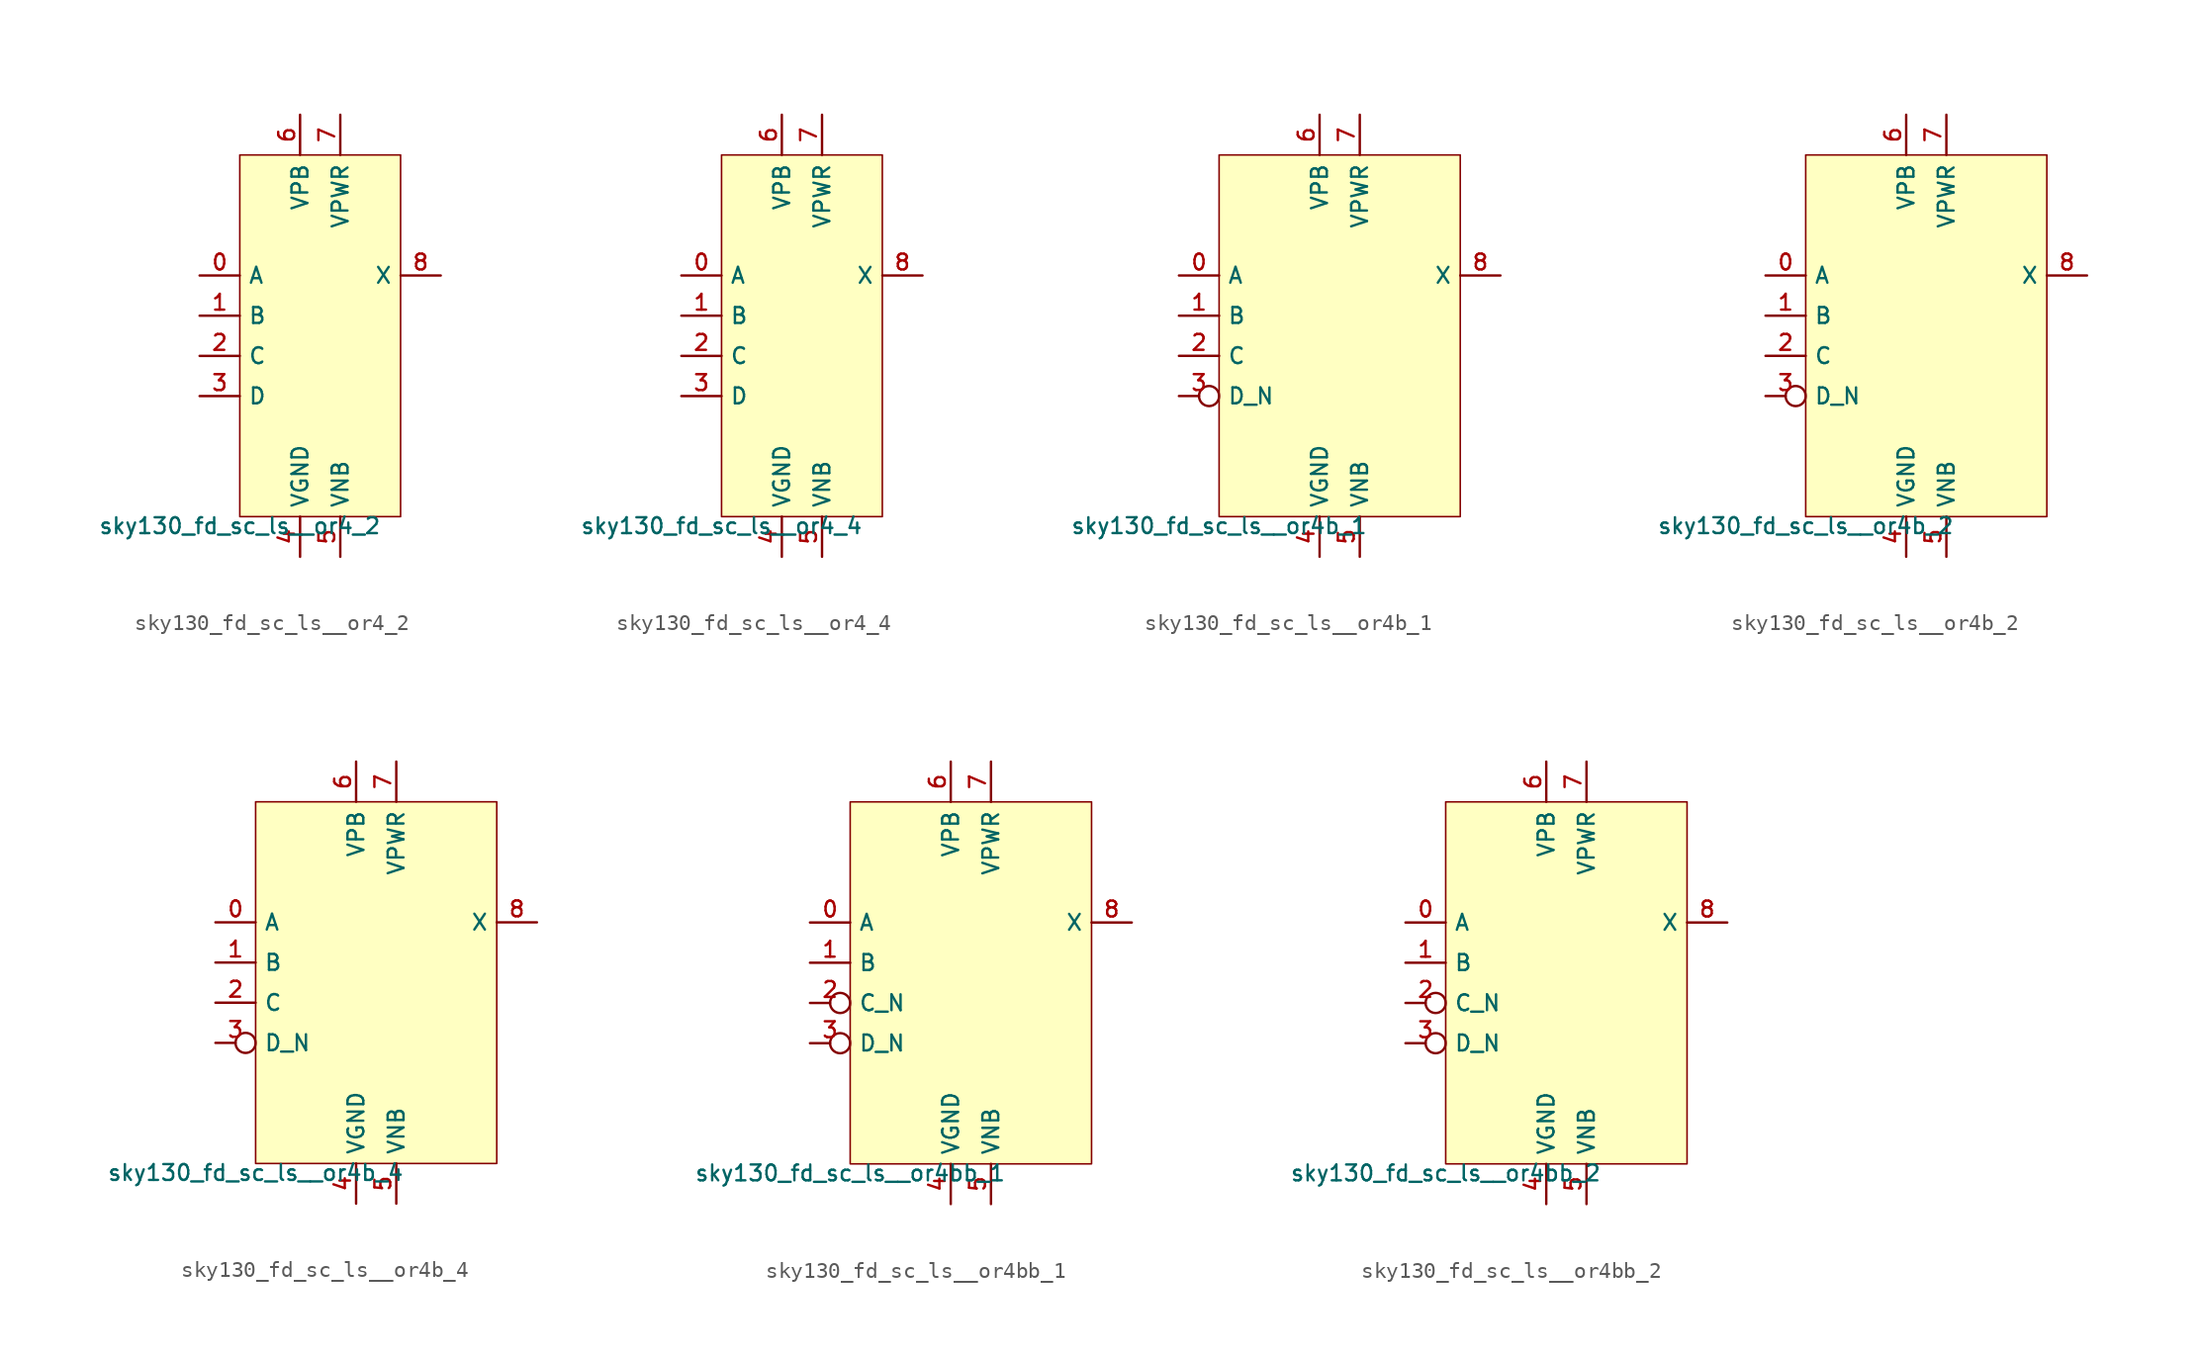
<source format=kicad_sym>
(kicad_symbol_lib
  (version 20211014)
  (generator lef2kicad_sym)
  (symbol "sky130_fd_sc_ls__or4_2"
    (property "Reference" "X"
      (at 0 0 0)
      (effects (font (size 1 1)) hide))
    (property "Value" "sky130_fd_sc_ls__or4_2"
      (at -5.08 -11.43 0)
      (effects (font (size 1 1)) (justify top)))
    (rectangle
      (start -5.08 -11.43)
      (end 5.08 11.43)
      (stroke (width 0.1) (type solid) (color 0 0 0 0))
      (fill (type background)))
    (pin input line
      (at -7.62 3.81 0)
      (length 2.54)
      (name "A" (effects (font (size 1 1)) hide))
      (number "0" (effects (font (size 1 1)) hide)))
    (pin input line
      (at -7.62 1.27 0)
      (length 2.54)
      (name "B" (effects (font (size 1 1)) hide))
      (number "1" (effects (font (size 1 1)) hide)))
    (pin input line
      (at -7.62 -1.27 0)
      (length 2.54)
      (name "C" (effects (font (size 1 1)) hide))
      (number "2" (effects (font (size 1 1)) hide)))
    (pin input line
      (at -7.62 -3.81 0)
      (length 2.54)
      (name "D" (effects (font (size 1 1)) hide))
      (number "3" (effects (font (size 1 1)) hide)))
    (pin power_in line
      (at -1.27 -13.97 90)
      (length 2.54)
      (name "VGND" (effects (font (size 1 1)) hide))
      (number "4" (effects (font (size 1 1)) hide)))
    (pin power_in line
      (at 1.27 -13.97 90)
      (length 2.54)
      (name "VNB" (effects (font (size 1 1)) hide))
      (number "5" (effects (font (size 1 1)) hide)))
    (pin power_in line
      (at -1.27 13.97 270)
      (length 2.54)
      (name "VPB" (effects (font (size 1 1)) hide))
      (number "6" (effects (font (size 1 1)) hide)))
    (pin power_in line
      (at 1.27 13.97 270)
      (length 2.54)
      (name "VPWR" (effects (font (size 1 1)) hide))
      (number "7" (effects (font (size 1 1)) hide)))
    (pin output line
      (at 7.62 3.81 180)
      (length 2.54)
      (name "X" (effects (font (size 1 1)) hide))
      (number "8" (effects (font (size 1 1)) hide))))
  (symbol "sky130_fd_sc_ls__or4_4"
    (property "Reference" "X"
      (at 0 0 0)
      (effects (font (size 1 1)) hide))
    (property "Value" "sky130_fd_sc_ls__or4_4"
      (at -5.08 -11.43 0)
      (effects (font (size 1 1)) (justify top)))
    (rectangle
      (start -5.08 -11.43)
      (end 5.08 11.43)
      (stroke (width 0.1) (type solid) (color 0 0 0 0))
      (fill (type background)))
    (pin input line
      (at -7.62 3.81 0)
      (length 2.54)
      (name "A" (effects (font (size 1 1)) hide))
      (number "0" (effects (font (size 1 1)) hide)))
    (pin input line
      (at -7.62 1.27 0)
      (length 2.54)
      (name "B" (effects (font (size 1 1)) hide))
      (number "1" (effects (font (size 1 1)) hide)))
    (pin input line
      (at -7.62 -1.27 0)
      (length 2.54)
      (name "C" (effects (font (size 1 1)) hide))
      (number "2" (effects (font (size 1 1)) hide)))
    (pin input line
      (at -7.62 -3.81 0)
      (length 2.54)
      (name "D" (effects (font (size 1 1)) hide))
      (number "3" (effects (font (size 1 1)) hide)))
    (pin power_in line
      (at -1.27 -13.97 90)
      (length 2.54)
      (name "VGND" (effects (font (size 1 1)) hide))
      (number "4" (effects (font (size 1 1)) hide)))
    (pin power_in line
      (at 1.27 -13.97 90)
      (length 2.54)
      (name "VNB" (effects (font (size 1 1)) hide))
      (number "5" (effects (font (size 1 1)) hide)))
    (pin power_in line
      (at -1.27 13.97 270)
      (length 2.54)
      (name "VPB" (effects (font (size 1 1)) hide))
      (number "6" (effects (font (size 1 1)) hide)))
    (pin power_in line
      (at 1.27 13.97 270)
      (length 2.54)
      (name "VPWR" (effects (font (size 1 1)) hide))
      (number "7" (effects (font (size 1 1)) hide)))
    (pin output line
      (at 7.62 3.81 180)
      (length 2.54)
      (name "X" (effects (font (size 1 1)) hide))
      (number "8" (effects (font (size 1 1)) hide))))
  (symbol "sky130_fd_sc_ls__or4b_1"
    (property "Reference" "X"
      (at 0 0 0)
      (effects (font (size 1 1)) hide))
    (property "Value" "sky130_fd_sc_ls__or4b_1"
      (at -7.62 -11.43 0)
      (effects (font (size 1 1)) (justify top)))
    (rectangle
      (start -7.62 -11.43)
      (end 7.62 11.43)
      (stroke (width 0.1) (type solid) (color 0 0 0 0))
      (fill (type background)))
    (pin input line
      (at -10.16 3.81 0)
      (length 2.54)
      (name "A" (effects (font (size 1 1)) hide))
      (number "0" (effects (font (size 1 1)) hide)))
    (pin input line
      (at -10.16 1.27 0)
      (length 2.54)
      (name "B" (effects (font (size 1 1)) hide))
      (number "1" (effects (font (size 1 1)) hide)))
    (pin input line
      (at -10.16 -1.27 0)
      (length 2.54)
      (name "C" (effects (font (size 1 1)) hide))
      (number "2" (effects (font (size 1 1)) hide)))
    (pin input inverted
      (at -10.16 -3.81 0)
      (length 2.54)
      (name "D_N" (effects (font (size 1 1)) hide))
      (number "3" (effects (font (size 1 1)) hide)))
    (pin power_in line
      (at -1.27 -13.97 90)
      (length 2.54)
      (name "VGND" (effects (font (size 1 1)) hide))
      (number "4" (effects (font (size 1 1)) hide)))
    (pin power_in line
      (at 1.27 -13.97 90)
      (length 2.54)
      (name "VNB" (effects (font (size 1 1)) hide))
      (number "5" (effects (font (size 1 1)) hide)))
    (pin power_in line
      (at -1.27 13.97 270)
      (length 2.54)
      (name "VPB" (effects (font (size 1 1)) hide))
      (number "6" (effects (font (size 1 1)) hide)))
    (pin power_in line
      (at 1.27 13.97 270)
      (length 2.54)
      (name "VPWR" (effects (font (size 1 1)) hide))
      (number "7" (effects (font (size 1 1)) hide)))
    (pin output line
      (at 10.16 3.81 180)
      (length 2.54)
      (name "X" (effects (font (size 1 1)) hide))
      (number "8" (effects (font (size 1 1)) hide))))
  (symbol "sky130_fd_sc_ls__or4b_2"
    (property "Reference" "X"
      (at 0 0 0)
      (effects (font (size 1 1)) hide))
    (property "Value" "sky130_fd_sc_ls__or4b_2"
      (at -7.62 -11.43 0)
      (effects (font (size 1 1)) (justify top)))
    (rectangle
      (start -7.62 -11.43)
      (end 7.62 11.43)
      (stroke (width 0.1) (type solid) (color 0 0 0 0))
      (fill (type background)))
    (pin input line
      (at -10.16 3.81 0)
      (length 2.54)
      (name "A" (effects (font (size 1 1)) hide))
      (number "0" (effects (font (size 1 1)) hide)))
    (pin input line
      (at -10.16 1.27 0)
      (length 2.54)
      (name "B" (effects (font (size 1 1)) hide))
      (number "1" (effects (font (size 1 1)) hide)))
    (pin input line
      (at -10.16 -1.27 0)
      (length 2.54)
      (name "C" (effects (font (size 1 1)) hide))
      (number "2" (effects (font (size 1 1)) hide)))
    (pin input inverted
      (at -10.16 -3.81 0)
      (length 2.54)
      (name "D_N" (effects (font (size 1 1)) hide))
      (number "3" (effects (font (size 1 1)) hide)))
    (pin power_in line
      (at -1.27 -13.97 90)
      (length 2.54)
      (name "VGND" (effects (font (size 1 1)) hide))
      (number "4" (effects (font (size 1 1)) hide)))
    (pin power_in line
      (at 1.27 -13.97 90)
      (length 2.54)
      (name "VNB" (effects (font (size 1 1)) hide))
      (number "5" (effects (font (size 1 1)) hide)))
    (pin power_in line
      (at -1.27 13.97 270)
      (length 2.54)
      (name "VPB" (effects (font (size 1 1)) hide))
      (number "6" (effects (font (size 1 1)) hide)))
    (pin power_in line
      (at 1.27 13.97 270)
      (length 2.54)
      (name "VPWR" (effects (font (size 1 1)) hide))
      (number "7" (effects (font (size 1 1)) hide)))
    (pin output line
      (at 10.16 3.81 180)
      (length 2.54)
      (name "X" (effects (font (size 1 1)) hide))
      (number "8" (effects (font (size 1 1)) hide))))
  (symbol "sky130_fd_sc_ls__or4b_4"
    (property "Reference" "X"
      (at 0 0 0)
      (effects (font (size 1 1)) hide))
    (property "Value" "sky130_fd_sc_ls__or4b_4"
      (at -7.62 -11.43 0)
      (effects (font (size 1 1)) (justify top)))
    (rectangle
      (start -7.62 -11.43)
      (end 7.62 11.43)
      (stroke (width 0.1) (type solid) (color 0 0 0 0))
      (fill (type background)))
    (pin input line
      (at -10.16 3.81 0)
      (length 2.54)
      (name "A" (effects (font (size 1 1)) hide))
      (number "0" (effects (font (size 1 1)) hide)))
    (pin input line
      (at -10.16 1.27 0)
      (length 2.54)
      (name "B" (effects (font (size 1 1)) hide))
      (number "1" (effects (font (size 1 1)) hide)))
    (pin input line
      (at -10.16 -1.27 0)
      (length 2.54)
      (name "C" (effects (font (size 1 1)) hide))
      (number "2" (effects (font (size 1 1)) hide)))
    (pin input inverted
      (at -10.16 -3.81 0)
      (length 2.54)
      (name "D_N" (effects (font (size 1 1)) hide))
      (number "3" (effects (font (size 1 1)) hide)))
    (pin power_in line
      (at -1.27 -13.97 90)
      (length 2.54)
      (name "VGND" (effects (font (size 1 1)) hide))
      (number "4" (effects (font (size 1 1)) hide)))
    (pin power_in line
      (at 1.27 -13.97 90)
      (length 2.54)
      (name "VNB" (effects (font (size 1 1)) hide))
      (number "5" (effects (font (size 1 1)) hide)))
    (pin power_in line
      (at -1.27 13.97 270)
      (length 2.54)
      (name "VPB" (effects (font (size 1 1)) hide))
      (number "6" (effects (font (size 1 1)) hide)))
    (pin power_in line
      (at 1.27 13.97 270)
      (length 2.54)
      (name "VPWR" (effects (font (size 1 1)) hide))
      (number "7" (effects (font (size 1 1)) hide)))
    (pin output line
      (at 10.16 3.81 180)
      (length 2.54)
      (name "X" (effects (font (size 1 1)) hide))
      (number "8" (effects (font (size 1 1)) hide))))
  (symbol "sky130_fd_sc_ls__or4bb_1"
    (property "Reference" "X"
      (at 0 0 0)
      (effects (font (size 1 1)) hide))
    (property "Value" "sky130_fd_sc_ls__or4bb_1"
      (at -7.62 -11.43 0)
      (effects (font (size 1 1)) (justify top)))
    (rectangle
      (start -7.62 -11.43)
      (end 7.62 11.43)
      (stroke (width 0.1) (type solid) (color 0 0 0 0))
      (fill (type background)))
    (pin input line
      (at -10.16 3.81 0)
      (length 2.54)
      (name "A" (effects (font (size 1 1)) hide))
      (number "0" (effects (font (size 1 1)) hide)))
    (pin input line
      (at -10.16 1.27 0)
      (length 2.54)
      (name "B" (effects (font (size 1 1)) hide))
      (number "1" (effects (font (size 1 1)) hide)))
    (pin input inverted
      (at -10.16 -1.27 0)
      (length 2.54)
      (name "C_N" (effects (font (size 1 1)) hide))
      (number "2" (effects (font (size 1 1)) hide)))
    (pin input inverted
      (at -10.16 -3.81 0)
      (length 2.54)
      (name "D_N" (effects (font (size 1 1)) hide))
      (number "3" (effects (font (size 1 1)) hide)))
    (pin power_in line
      (at -1.27 -13.97 90)
      (length 2.54)
      (name "VGND" (effects (font (size 1 1)) hide))
      (number "4" (effects (font (size 1 1)) hide)))
    (pin power_in line
      (at 1.27 -13.97 90)
      (length 2.54)
      (name "VNB" (effects (font (size 1 1)) hide))
      (number "5" (effects (font (size 1 1)) hide)))
    (pin power_in line
      (at -1.27 13.97 270)
      (length 2.54)
      (name "VPB" (effects (font (size 1 1)) hide))
      (number "6" (effects (font (size 1 1)) hide)))
    (pin power_in line
      (at 1.27 13.97 270)
      (length 2.54)
      (name "VPWR" (effects (font (size 1 1)) hide))
      (number "7" (effects (font (size 1 1)) hide)))
    (pin output line
      (at 10.16 3.81 180)
      (length 2.54)
      (name "X" (effects (font (size 1 1)) hide))
      (number "8" (effects (font (size 1 1)) hide))))
  (symbol "sky130_fd_sc_ls__or4bb_2"
    (property "Reference" "X"
      (at 0 0 0)
      (effects (font (size 1 1)) hide))
    (property "Value" "sky130_fd_sc_ls__or4bb_2"
      (at -7.62 -11.43 0)
      (effects (font (size 1 1)) (justify top)))
    (rectangle
      (start -7.62 -11.43)
      (end 7.62 11.43)
      (stroke (width 0.1) (type solid) (color 0 0 0 0))
      (fill (type background)))
    (pin input line
      (at -10.16 3.81 0)
      (length 2.54)
      (name "A" (effects (font (size 1 1)) hide))
      (number "0" (effects (font (size 1 1)) hide)))
    (pin input line
      (at -10.16 1.27 0)
      (length 2.54)
      (name "B" (effects (font (size 1 1)) hide))
      (number "1" (effects (font (size 1 1)) hide)))
    (pin input inverted
      (at -10.16 -1.27 0)
      (length 2.54)
      (name "C_N" (effects (font (size 1 1)) hide))
      (number "2" (effects (font (size 1 1)) hide)))
    (pin input inverted
      (at -10.16 -3.81 0)
      (length 2.54)
      (name "D_N" (effects (font (size 1 1)) hide))
      (number "3" (effects (font (size 1 1)) hide)))
    (pin power_in line
      (at -1.27 -13.97 90)
      (length 2.54)
      (name "VGND" (effects (font (size 1 1)) hide))
      (number "4" (effects (font (size 1 1)) hide)))
    (pin power_in line
      (at 1.27 -13.97 90)
      (length 2.54)
      (name "VNB" (effects (font (size 1 1)) hide))
      (number "5" (effects (font (size 1 1)) hide)))
    (pin power_in line
      (at -1.27 13.97 270)
      (length 2.54)
      (name "VPB" (effects (font (size 1 1)) hide))
      (number "6" (effects (font (size 1 1)) hide)))
    (pin power_in line
      (at 1.27 13.97 270)
      (length 2.54)
      (name "VPWR" (effects (font (size 1 1)) hide))
      (number "7" (effects (font (size 1 1)) hide)))
    (pin output line
      (at 10.16 3.81 180)
      (length 2.54)
      (name "X" (effects (font (size 1 1)) hide))
      (number "8" (effects (font (size 1 1)) hide)))))
</source>
